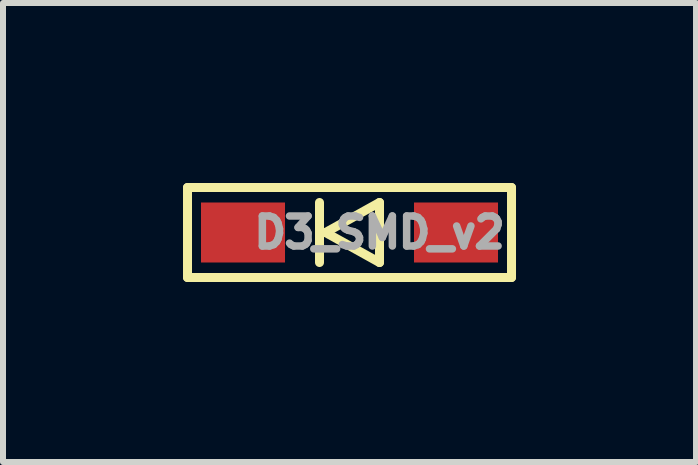
<source format=kicad_pcb>
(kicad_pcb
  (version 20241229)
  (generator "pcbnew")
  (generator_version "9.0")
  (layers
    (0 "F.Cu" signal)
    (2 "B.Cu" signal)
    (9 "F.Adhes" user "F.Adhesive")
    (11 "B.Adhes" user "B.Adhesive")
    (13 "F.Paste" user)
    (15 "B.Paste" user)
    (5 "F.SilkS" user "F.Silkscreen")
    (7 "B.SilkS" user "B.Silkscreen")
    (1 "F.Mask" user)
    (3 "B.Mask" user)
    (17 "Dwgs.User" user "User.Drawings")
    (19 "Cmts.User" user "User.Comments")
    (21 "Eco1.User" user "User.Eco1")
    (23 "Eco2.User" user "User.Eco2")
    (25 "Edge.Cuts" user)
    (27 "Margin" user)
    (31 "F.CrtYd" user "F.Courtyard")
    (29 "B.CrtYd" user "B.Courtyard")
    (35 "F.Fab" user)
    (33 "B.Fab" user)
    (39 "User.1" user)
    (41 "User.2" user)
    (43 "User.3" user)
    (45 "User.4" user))
  (footprint "D3_SMD_v2"
    (layer "F.Cu")
    (at 2.775 0.825)
    (property "Reference" "D3_SMD_v2" (at 0.5 0 0) (layer "F.Fab") (effects (font (size 0.5 0.5) (thickness 0.125))))
    (attr through_hole)
    (fp_line (start -2.7 -0.75) (end -2.7 0.75) (stroke (width 0.15) (type solid)) (layer "F.SilkS"))
    (fp_line (start -2.7 0.75) (end 2.7 0.75) (stroke (width 0.15) (type solid)) (layer "F.SilkS"))
    (fp_line (start -0.5 -0.5) (end -0.5 0.5) (stroke (width 0.15) (type solid)) (layer "F.SilkS"))
    (fp_line (start -0.4 0) (end 0.5 -0.5) (stroke (width 0.15) (type solid)) (layer "F.SilkS"))
    (fp_line (start 0.5 -0.5) (end 0.5 0.5) (stroke (width 0.15) (type solid)) (layer "F.SilkS"))
    (fp_line (start 0.5 0.5) (end -0.4 0) (stroke (width 0.15) (type solid)) (layer "F.SilkS"))
    (fp_line (start 2.7 -0.75) (end -2.7 -0.75) (stroke (width 0.15) (type solid)) (layer "F.SilkS"))
    (fp_line (start 2.7 -0.75) (end 2.7 0.75) (stroke (width 0.15) (type solid)) (layer "F.SilkS"))
    (pad "1" smd rect (at -1.775 0) (size 1.4 1) (layers "F.Cu" "F.Mask" "F.Paste"))
    (pad "2" smd rect (at 1.775 0) (size 1.4 1) (layers "F.Cu" "F.Mask" "F.Paste")))
  (gr_rect
    (start -3 -3)
    (end 8.55 4.65)
    (stroke (width 0.1) (type default))
    (fill no)
    (layer "Edge.Cuts")))
</source>
